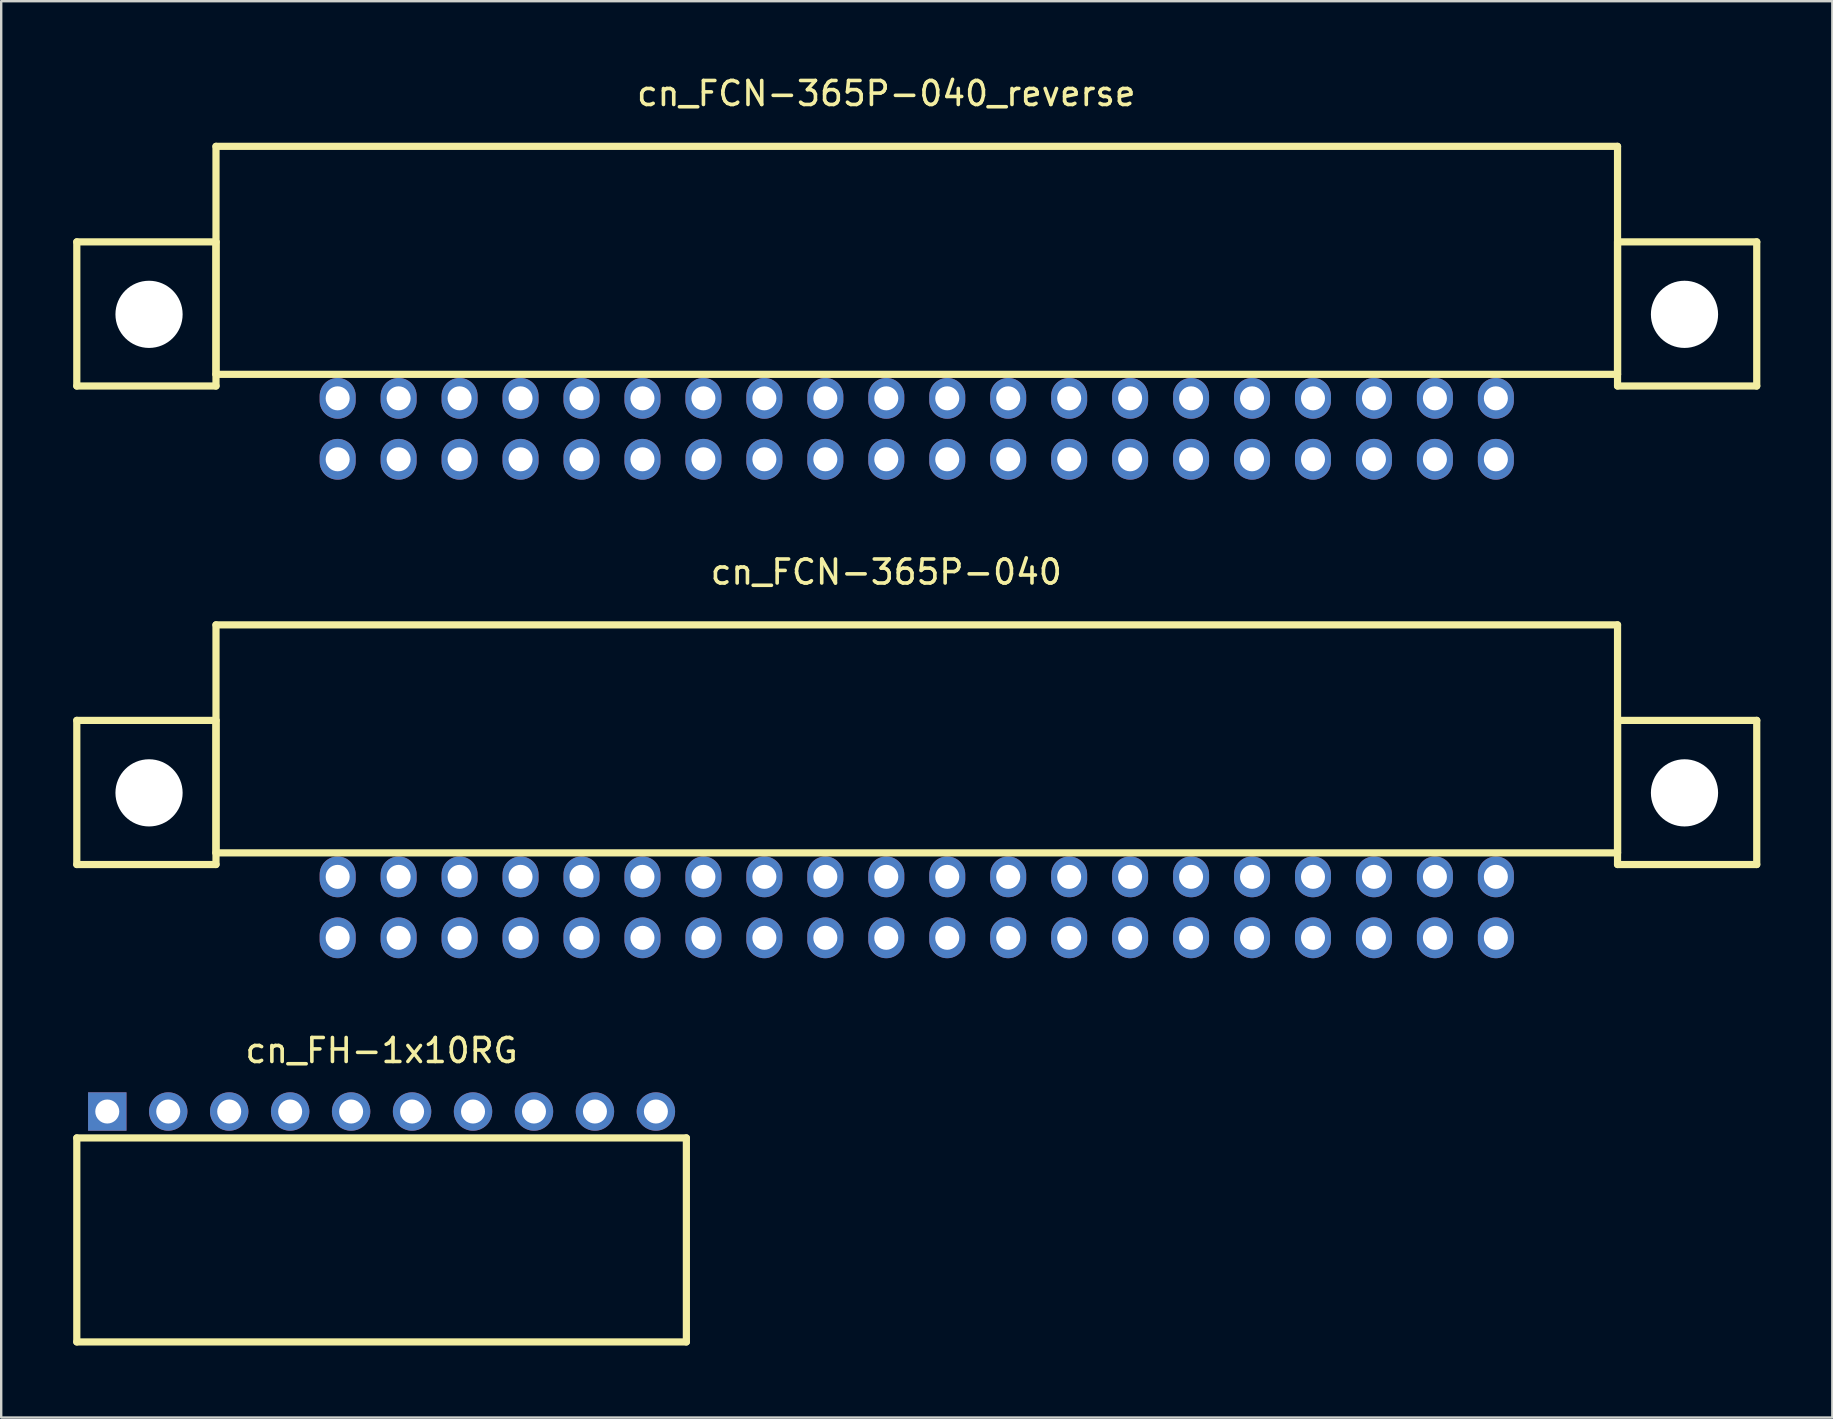
<source format=kicad_pcb>
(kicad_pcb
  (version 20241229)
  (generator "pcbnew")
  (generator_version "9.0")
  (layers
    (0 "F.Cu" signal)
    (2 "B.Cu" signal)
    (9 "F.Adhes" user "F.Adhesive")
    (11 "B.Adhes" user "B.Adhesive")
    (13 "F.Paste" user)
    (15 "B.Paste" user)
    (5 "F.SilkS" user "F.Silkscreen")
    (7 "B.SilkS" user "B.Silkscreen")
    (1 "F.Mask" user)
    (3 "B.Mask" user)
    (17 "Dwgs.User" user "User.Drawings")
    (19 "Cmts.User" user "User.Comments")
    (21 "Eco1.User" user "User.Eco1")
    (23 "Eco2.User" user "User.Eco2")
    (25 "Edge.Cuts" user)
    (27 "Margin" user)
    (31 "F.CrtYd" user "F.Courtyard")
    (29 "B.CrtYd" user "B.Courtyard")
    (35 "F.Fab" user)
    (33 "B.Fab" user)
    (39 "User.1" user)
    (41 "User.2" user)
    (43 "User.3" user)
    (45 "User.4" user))
  (footprint "cn_FCN-365P-040"
    (layer "F.Cu")
    (at 35.15 34.757)
    (property "Reference" "cn_FCN-365P-040" (at -1.27 -13.97 0) (layer "F.SilkS") (effects (font (size 1 1) (thickness 0.15))))
    (attr through_hole)
    (fp_line (start -35 -7.79) (end -35 -1.784) (stroke (width 0.3) (type solid)) (layer "F.SilkS"))
    (fp_line (start -35 -1.784) (end -29.2 -1.784) (stroke (width 0.3) (type solid)) (layer "F.SilkS"))
    (fp_line (start -29.2 -11.77) (end 29.2 -11.77) (stroke (width 0.3) (type solid)) (layer "F.SilkS"))
    (fp_line (start -29.2 -7.79) (end -35 -7.79) (stroke (width 0.3) (type solid)) (layer "F.SilkS"))
    (fp_line (start -29.2 -2.27) (end -29.2 -11.77) (stroke (width 0.3) (type solid)) (layer "F.SilkS"))
    (fp_line (start -29.2 -1.784) (end -29.2 -7.79) (stroke (width 0.3) (type solid)) (layer "F.SilkS"))
    (fp_line (start 29.2 -11.77) (end 29.2 -2.27) (stroke (width 0.3) (type solid)) (layer "F.SilkS"))
    (fp_line (start 29.2 -7.79) (end 29.2 -1.784) (stroke (width 0.3) (type solid)) (layer "F.SilkS"))
    (fp_line (start 29.2 -2.27) (end -29.2 -2.27) (stroke (width 0.3) (type solid)) (layer "F.SilkS"))
    (fp_line (start 29.2 -1.784) (end 35 -1.784) (stroke (width 0.3) (type solid)) (layer "F.SilkS"))
    (fp_line (start 35 -7.79) (end 29.2 -7.79) (stroke (width 0.3) (type solid)) (layer "F.SilkS"))
    (fp_line (start 35 -1.784) (end 35 -7.79) (stroke (width 0.3) (type solid)) (layer "F.SilkS"))
    (pad "" np_thru_hole circle (at -31.99 -4.77) (size 2.8 2.8) (drill 2.8) (layers "*.Cu" "*.Mask"))
    (pad "" np_thru_hole circle (at 31.99 -4.77) (size 2.8 2.8) (drill 2.8) (layers "*.Cu" "*.Mask"))
    (pad "A1" thru_hole oval (at -24.13 1.27) (size 1.5 1.7) (drill 1) (layers "*.Cu" "*.Mask"))
    (pad "A2" thru_hole oval (at -21.59 1.27) (size 1.5 1.7) (drill 1) (layers "*.Cu" "*.Mask"))
    (pad "A3" thru_hole oval (at -19.05 1.27) (size 1.5 1.7) (drill 1) (layers "*.Cu" "*.Mask"))
    (pad "A4" thru_hole oval (at -16.51 1.27) (size 1.5 1.7) (drill 1) (layers "*.Cu" "*.Mask"))
    (pad "A5" thru_hole oval (at -13.97 1.27) (size 1.5 1.7) (drill 1) (layers "*.Cu" "*.Mask"))
    (pad "A6" thru_hole oval (at -11.43 1.27) (size 1.5 1.7) (drill 1) (layers "*.Cu" "*.Mask"))
    (pad "A7" thru_hole oval (at -8.89 1.27) (size 1.5 1.7) (drill 1) (layers "*.Cu" "*.Mask"))
    (pad "A8" thru_hole oval (at -6.35 1.27) (size 1.5 1.7) (drill 1) (layers "*.Cu" "*.Mask"))
    (pad "A9" thru_hole oval (at -3.81 1.27) (size 1.5 1.7) (drill 1) (layers "*.Cu" "*.Mask"))
    (pad "A10" thru_hole oval (at -1.27 1.27) (size 1.5 1.7) (drill 1) (layers "*.Cu" "*.Mask"))
    (pad "A11" thru_hole oval (at 1.27 1.27) (size 1.5 1.7) (drill 1) (layers "*.Cu" "*.Mask"))
    (pad "A12" thru_hole oval (at 3.81 1.27) (size 1.5 1.7) (drill 1) (layers "*.Cu" "*.Mask"))
    (pad "A13" thru_hole oval (at 6.35 1.27) (size 1.5 1.7) (drill 1) (layers "*.Cu" "*.Mask"))
    (pad "A14" thru_hole oval (at 8.89 1.27) (size 1.5 1.7) (drill 1) (layers "*.Cu" "*.Mask"))
    (pad "A15" thru_hole oval (at 11.43 1.27) (size 1.5 1.7) (drill 1) (layers "*.Cu" "*.Mask"))
    (pad "A16" thru_hole oval (at 13.97 1.27) (size 1.5 1.7) (drill 1) (layers "*.Cu" "*.Mask"))
    (pad "A17" thru_hole oval (at 16.51 1.27) (size 1.5 1.7) (drill 1) (layers "*.Cu" "*.Mask"))
    (pad "A18" thru_hole oval (at 19.05 1.27) (size 1.5 1.7) (drill 1) (layers "*.Cu" "*.Mask"))
    (pad "A19" thru_hole oval (at 21.59 1.27) (size 1.5 1.7) (drill 1) (layers "*.Cu" "*.Mask"))
    (pad "A20" thru_hole oval (at 24.13 1.27) (size 1.5 1.7) (drill 1) (layers "*.Cu" "*.Mask"))
    (pad "B1" thru_hole oval (at -24.13 -1.27) (size 1.5 1.7) (drill 1) (layers "*.Cu" "*.Mask"))
    (pad "B2" thru_hole oval (at -21.59 -1.27) (size 1.5 1.7) (drill 1) (layers "*.Cu" "*.Mask"))
    (pad "B3" thru_hole oval (at -19.05 -1.27) (size 1.5 1.7) (drill 1) (layers "*.Cu" "*.Mask"))
    (pad "B4" thru_hole oval (at -16.51 -1.27) (size 1.5 1.7) (drill 1) (layers "*.Cu" "*.Mask"))
    (pad "B5" thru_hole oval (at -13.97 -1.27) (size 1.5 1.7) (drill 1) (layers "*.Cu" "*.Mask"))
    (pad "B6" thru_hole oval (at -11.43 -1.27) (size 1.5 1.7) (drill 1) (layers "*.Cu" "*.Mask"))
    (pad "B7" thru_hole oval (at -8.89 -1.27) (size 1.5 1.7) (drill 1) (layers "*.Cu" "*.Mask"))
    (pad "B8" thru_hole oval (at -6.35 -1.27) (size 1.5 1.7) (drill 1) (layers "*.Cu" "*.Mask"))
    (pad "B9" thru_hole oval (at -3.81 -1.27) (size 1.5 1.7) (drill 1) (layers "*.Cu" "*.Mask"))
    (pad "B10" thru_hole oval (at -1.27 -1.27) (size 1.5 1.7) (drill 1) (layers "*.Cu" "*.Mask"))
    (pad "B11" thru_hole oval (at 1.27 -1.27) (size 1.5 1.7) (drill 1) (layers "*.Cu" "*.Mask"))
    (pad "B12" thru_hole oval (at 3.81 -1.27) (size 1.5 1.7) (drill 1) (layers "*.Cu" "*.Mask"))
    (pad "B13" thru_hole oval (at 6.35 -1.27) (size 1.5 1.7) (drill 1) (layers "*.Cu" "*.Mask"))
    (pad "B14" thru_hole oval (at 8.89 -1.27) (size 1.5 1.7) (drill 1) (layers "*.Cu" "*.Mask"))
    (pad "B15" thru_hole oval (at 11.43 -1.27) (size 1.5 1.7) (drill 1) (layers "*.Cu" "*.Mask"))
    (pad "B16" thru_hole oval (at 13.97 -1.27) (size 1.5 1.7) (drill 1) (layers "*.Cu" "*.Mask"))
    (pad "B17" thru_hole oval (at 16.51 -1.27) (size 1.5 1.7) (drill 1) (layers "*.Cu" "*.Mask"))
    (pad "B18" thru_hole oval (at 19.05 -1.27) (size 1.5 1.7) (drill 1) (layers "*.Cu" "*.Mask"))
    (pad "B19" thru_hole oval (at 21.59 -1.27) (size 1.5 1.7) (drill 1) (layers "*.Cu" "*.Mask"))
    (pad "B20" thru_hole oval (at 24.13 -1.27) (size 1.5 1.7) (drill 1) (layers "*.Cu" "*.Mask")))
  (footprint "cn_FCN-365P-040_reverse"
    (layer "F.Cu")
    (at 35.15 14.818)
    (property "Reference" "cn_FCN-365P-040_reverse" (at -1.27 -13.97 0) (layer "F.SilkS") (effects (font (size 1 1) (thickness 0.15))))
    (attr through_hole)
    (fp_line (start -35 -7.79) (end -35 -1.784) (stroke (width 0.3) (type solid)) (layer "F.SilkS"))
    (fp_line (start -35 -1.784) (end -29.2 -1.784) (stroke (width 0.3) (type solid)) (layer "F.SilkS"))
    (fp_line (start -29.2 -11.77) (end 29.2 -11.77) (stroke (width 0.3) (type solid)) (layer "F.SilkS"))
    (fp_line (start -29.2 -7.79) (end -35 -7.79) (stroke (width 0.3) (type solid)) (layer "F.SilkS"))
    (fp_line (start -29.2 -2.27) (end -29.2 -11.77) (stroke (width 0.3) (type solid)) (layer "F.SilkS"))
    (fp_line (start -29.2 -1.784) (end -29.2 -7.79) (stroke (width 0.3) (type solid)) (layer "F.SilkS"))
    (fp_line (start 29.2 -11.77) (end 29.2 -2.27) (stroke (width 0.3) (type solid)) (layer "F.SilkS"))
    (fp_line (start 29.2 -7.79) (end 29.2 -1.784) (stroke (width 0.3) (type solid)) (layer "F.SilkS"))
    (fp_line (start 29.2 -2.27) (end -29.2 -2.27) (stroke (width 0.3) (type solid)) (layer "F.SilkS"))
    (fp_line (start 29.2 -1.784) (end 35 -1.784) (stroke (width 0.3) (type solid)) (layer "F.SilkS"))
    (fp_line (start 35 -7.79) (end 29.2 -7.79) (stroke (width 0.3) (type solid)) (layer "F.SilkS"))
    (fp_line (start 35 -1.784) (end 35 -7.79) (stroke (width 0.3) (type solid)) (layer "F.SilkS"))
    (pad "" np_thru_hole circle (at -31.99 -4.77) (size 2.8 2.8) (drill 2.8) (layers "*.Cu" "*.Mask"))
    (pad "" np_thru_hole circle (at 31.99 -4.77) (size 2.8 2.8) (drill 2.8) (layers "*.Cu" "*.Mask"))
    (pad "A1" thru_hole oval (at 24.13 -1.27) (size 1.5 1.7) (drill 1) (layers "*.Cu" "*.Mask"))
    (pad "A2" thru_hole oval (at 21.59 -1.27) (size 1.5 1.7) (drill 1) (layers "*.Cu" "*.Mask"))
    (pad "A3" thru_hole oval (at 19.05 -1.27) (size 1.5 1.7) (drill 1) (layers "*.Cu" "*.Mask"))
    (pad "A4" thru_hole oval (at 16.51 -1.27) (size 1.5 1.7) (drill 1) (layers "*.Cu" "*.Mask"))
    (pad "A5" thru_hole oval (at 13.97 -1.27) (size 1.5 1.7) (drill 1) (layers "*.Cu" "*.Mask"))
    (pad "A6" thru_hole oval (at 11.43 -1.27) (size 1.5 1.7) (drill 1) (layers "*.Cu" "*.Mask"))
    (pad "A7" thru_hole oval (at 8.89 -1.27) (size 1.5 1.7) (drill 1) (layers "*.Cu" "*.Mask"))
    (pad "A8" thru_hole oval (at 6.35 -1.27) (size 1.5 1.7) (drill 1) (layers "*.Cu" "*.Mask"))
    (pad "A9" thru_hole oval (at 3.81 -1.27) (size 1.5 1.7) (drill 1) (layers "*.Cu" "*.Mask"))
    (pad "A10" thru_hole oval (at 1.27 -1.27) (size 1.5 1.7) (drill 1) (layers "*.Cu" "*.Mask"))
    (pad "A11" thru_hole oval (at -1.27 -1.27) (size 1.5 1.7) (drill 1) (layers "*.Cu" "*.Mask"))
    (pad "A12" thru_hole oval (at -3.81 -1.27) (size 1.5 1.7) (drill 1) (layers "*.Cu" "*.Mask"))
    (pad "A13" thru_hole oval (at -6.35 -1.27) (size 1.5 1.7) (drill 1) (layers "*.Cu" "*.Mask"))
    (pad "A14" thru_hole oval (at -8.89 -1.27) (size 1.5 1.7) (drill 1) (layers "*.Cu" "*.Mask"))
    (pad "A15" thru_hole oval (at -11.43 -1.27) (size 1.5 1.7) (drill 1) (layers "*.Cu" "*.Mask"))
    (pad "A16" thru_hole oval (at -13.97 -1.27) (size 1.5 1.7) (drill 1) (layers "*.Cu" "*.Mask"))
    (pad "A17" thru_hole oval (at -16.51 -1.27) (size 1.5 1.7) (drill 1) (layers "*.Cu" "*.Mask"))
    (pad "A18" thru_hole oval (at -19.05 -1.27) (size 1.5 1.7) (drill 1) (layers "*.Cu" "*.Mask"))
    (pad "A19" thru_hole oval (at -21.59 -1.27) (size 1.5 1.7) (drill 1) (layers "*.Cu" "*.Mask"))
    (pad "A20" thru_hole oval (at -24.13 -1.27) (size 1.5 1.7) (drill 1) (layers "*.Cu" "*.Mask"))
    (pad "B1" thru_hole oval (at 24.13 1.27) (size 1.5 1.7) (drill 1) (layers "*.Cu" "*.Mask"))
    (pad "B2" thru_hole oval (at 21.59 1.27) (size 1.5 1.7) (drill 1) (layers "*.Cu" "*.Mask"))
    (pad "B3" thru_hole oval (at 19.05 1.27) (size 1.5 1.7) (drill 1) (layers "*.Cu" "*.Mask"))
    (pad "B4" thru_hole oval (at 16.51 1.27) (size 1.5 1.7) (drill 1) (layers "*.Cu" "*.Mask"))
    (pad "B5" thru_hole oval (at 13.97 1.27) (size 1.5 1.7) (drill 1) (layers "*.Cu" "*.Mask"))
    (pad "B6" thru_hole oval (at 11.43 1.27) (size 1.5 1.7) (drill 1) (layers "*.Cu" "*.Mask"))
    (pad "B7" thru_hole oval (at 8.89 1.27) (size 1.5 1.7) (drill 1) (layers "*.Cu" "*.Mask"))
    (pad "B8" thru_hole oval (at 6.35 1.27) (size 1.5 1.7) (drill 1) (layers "*.Cu" "*.Mask"))
    (pad "B9" thru_hole oval (at 3.81 1.27) (size 1.5 1.7) (drill 1) (layers "*.Cu" "*.Mask"))
    (pad "B10" thru_hole oval (at 1.27 1.27) (size 1.5 1.7) (drill 1) (layers "*.Cu" "*.Mask"))
    (pad "B11" thru_hole oval (at -1.27 1.27) (size 1.5 1.7) (drill 1) (layers "*.Cu" "*.Mask"))
    (pad "B12" thru_hole oval (at -3.81 1.27) (size 1.5 1.7) (drill 1) (layers "*.Cu" "*.Mask"))
    (pad "B13" thru_hole oval (at -6.35 1.27) (size 1.5 1.7) (drill 1) (layers "*.Cu" "*.Mask"))
    (pad "B14" thru_hole oval (at -8.89 1.27) (size 1.5 1.7) (drill 1) (layers "*.Cu" "*.Mask"))
    (pad "B15" thru_hole oval (at -11.43 1.27) (size 1.5 1.7) (drill 1) (layers "*.Cu" "*.Mask"))
    (pad "B16" thru_hole oval (at -13.97 1.27) (size 1.5 1.7) (drill 1) (layers "*.Cu" "*.Mask"))
    (pad "B17" thru_hole oval (at -16.51 1.27) (size 1.5 1.7) (drill 1) (layers "*.Cu" "*.Mask"))
    (pad "B18" thru_hole oval (at -19.05 1.27) (size 1.5 1.7) (drill 1) (layers "*.Cu" "*.Mask"))
    (pad "B19" thru_hole oval (at -21.59 1.27) (size 1.5 1.7) (drill 1) (layers "*.Cu" "*.Mask"))
    (pad "B20" thru_hole oval (at -24.13 1.27) (size 1.5 1.7) (drill 1) (layers "*.Cu" "*.Mask")))
  (footprint "cn_FH-1x10RG"
    (layer "F.Cu")
    (at 12.85 43.265)
    (property "Reference" "cn_FH-1x10RG" (at 0 -2.54 0) (layer "F.SilkS") (effects (font (size 1 1) (thickness 0.15))))
    (attr through_hole)
    (fp_line (start -12.7 1.1) (end -12.7 9.6) (stroke (width 0.3) (type solid)) (layer "F.SilkS"))
    (fp_line (start -12.7 9.6) (end 12.7 9.6) (stroke (width 0.3) (type solid)) (layer "F.SilkS"))
    (fp_line (start 12.7 1.1) (end -12.7 1.1) (stroke (width 0.3) (type solid)) (layer "F.SilkS"))
    (fp_line (start 12.7 9.6) (end 12.7 1.1) (stroke (width 0.3) (type solid)) (layer "F.SilkS"))
    (pad "1" thru_hole rect (at -11.43 0) (size 1.6 1.6) (drill 1) (layers "*.Cu" "*.Mask"))
    (pad "2" thru_hole circle (at -8.89 0) (size 1.6 1.6) (drill 1) (layers "*.Cu" "*.Mask"))
    (pad "3" thru_hole circle (at -6.35 0) (size 1.6 1.6) (drill 1) (layers "*.Cu" "*.Mask"))
    (pad "4" thru_hole circle (at -3.81 0) (size 1.6 1.6) (drill 1) (layers "*.Cu" "*.Mask"))
    (pad "5" thru_hole circle (at -1.27 0) (size 1.6 1.6) (drill 1) (layers "*.Cu" "*.Mask"))
    (pad "6" thru_hole circle (at 1.27 0) (size 1.6 1.6) (drill 1) (layers "*.Cu" "*.Mask"))
    (pad "7" thru_hole circle (at 3.81 0) (size 1.6 1.6) (drill 1) (layers "*.Cu" "*.Mask"))
    (pad "8" thru_hole circle (at 6.35 0) (size 1.6 1.6) (drill 1) (layers "*.Cu" "*.Mask"))
    (pad "9" thru_hole circle (at 8.89 0) (size 1.6 1.6) (drill 1) (layers "*.Cu" "*.Mask"))
    (pad "10" thru_hole circle (at 11.43 0) (size 1.6 1.6) (drill 1) (layers "*.Cu" "*.Mask")))
  (gr_rect
    (start -3 -3)
    (end 73.3 56.015)
    (stroke (width 0.1) (type default))
    (fill no)
    (layer "Edge.Cuts")))
</source>
